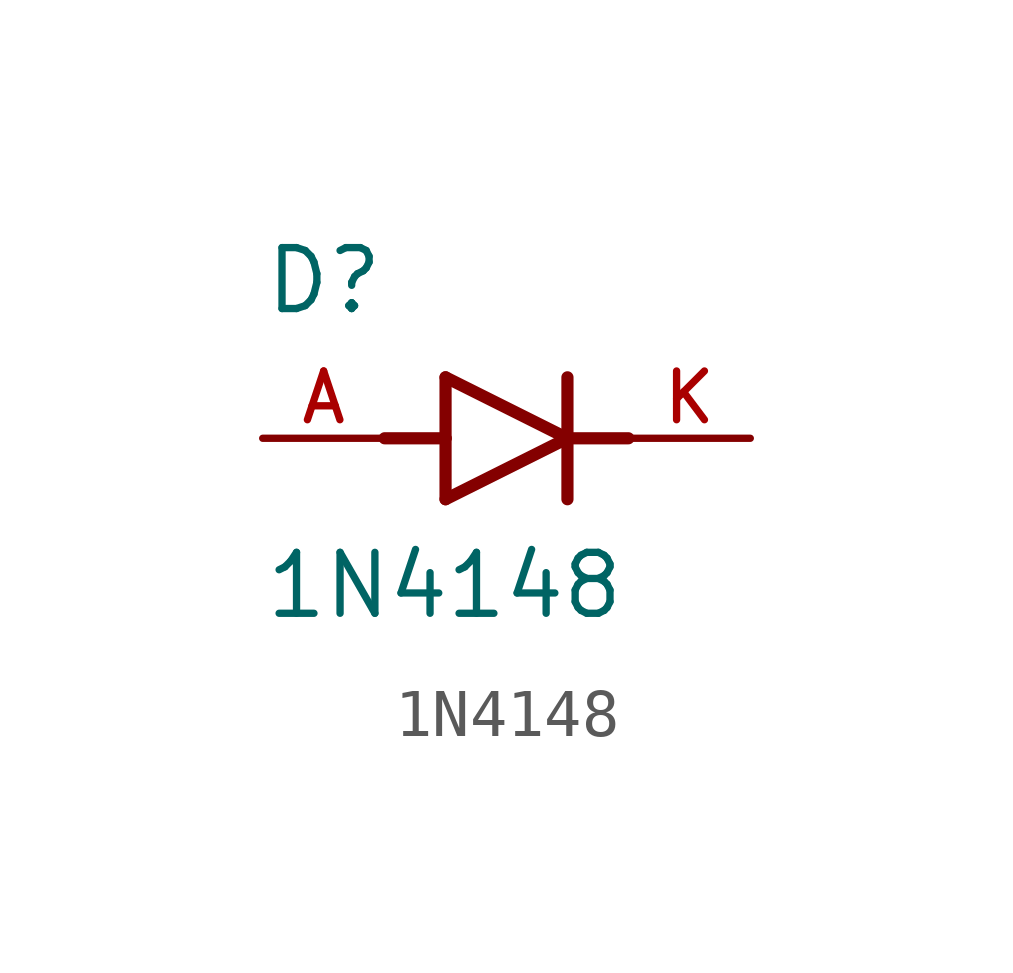
<source format=kicad_sym>
(kicad_symbol_lib
  (version 20241209)
  (generator "kicad_symbol_editor")
  (generator_version "9.0")
  (symbol "1N4148"
    (pin_names
      (offset 1.016))
    (property "Reference" "D"
      (at -5.08 2.54 0)
      (effects (font (size 1.27 1.27)) (justify left bottom)))
    (property "Value" "1N4148"
      (at -5.08 -3.81 0)
      (effects (font (size 1.27 1.27)) (justify left bottom)))
    (symbol "1N4148_0_0"
      (polyline (pts (xy -2.54 0) (xy -1.27 0)) (stroke (width 0.254) (type default)) (fill (type none)))
      (polyline (pts (xy -1.27 1.27) (xy -1.27 0)) (stroke (width 0.254) (type default)) (fill (type none)))
      (polyline (pts (xy -1.27 0) (xy -1.27 -1.27)) (stroke (width 0.254) (type default)) (fill (type none)))
      (polyline (pts (xy -1.27 -1.27) (xy 1.27 0)) (stroke (width 0.254) (type default)) (fill (type none)))
      (polyline (pts (xy 1.27 1.27) (xy 1.27 0)) (stroke (width 0.254) (type default)) (fill (type none)))
      (polyline (pts (xy 1.27 0) (xy -1.27 1.27)) (stroke (width 0.254) (type default)) (fill (type none)))
      (polyline (pts (xy 1.27 0) (xy 1.27 -1.27)) (stroke (width 0.254) (type default)) (fill (type none)))
      (polyline (pts (xy 1.27 0) (xy 2.54 0)) (stroke (width 0.254) (type default)) (fill (type none)))
      (pin passive line (at -5.08 0 0) (length 2.54) (name "~" (effects (font (size 1.016 1.016)))) (number "A" (effects (font (size 1.016 1.016)))))
      (pin passive line (at 5.08 0 180) (length 2.54) (name "~" (effects (font (size 1.016 1.016)))) (number "K" (effects (font (size 1.016 1.016))))))))
</source>
